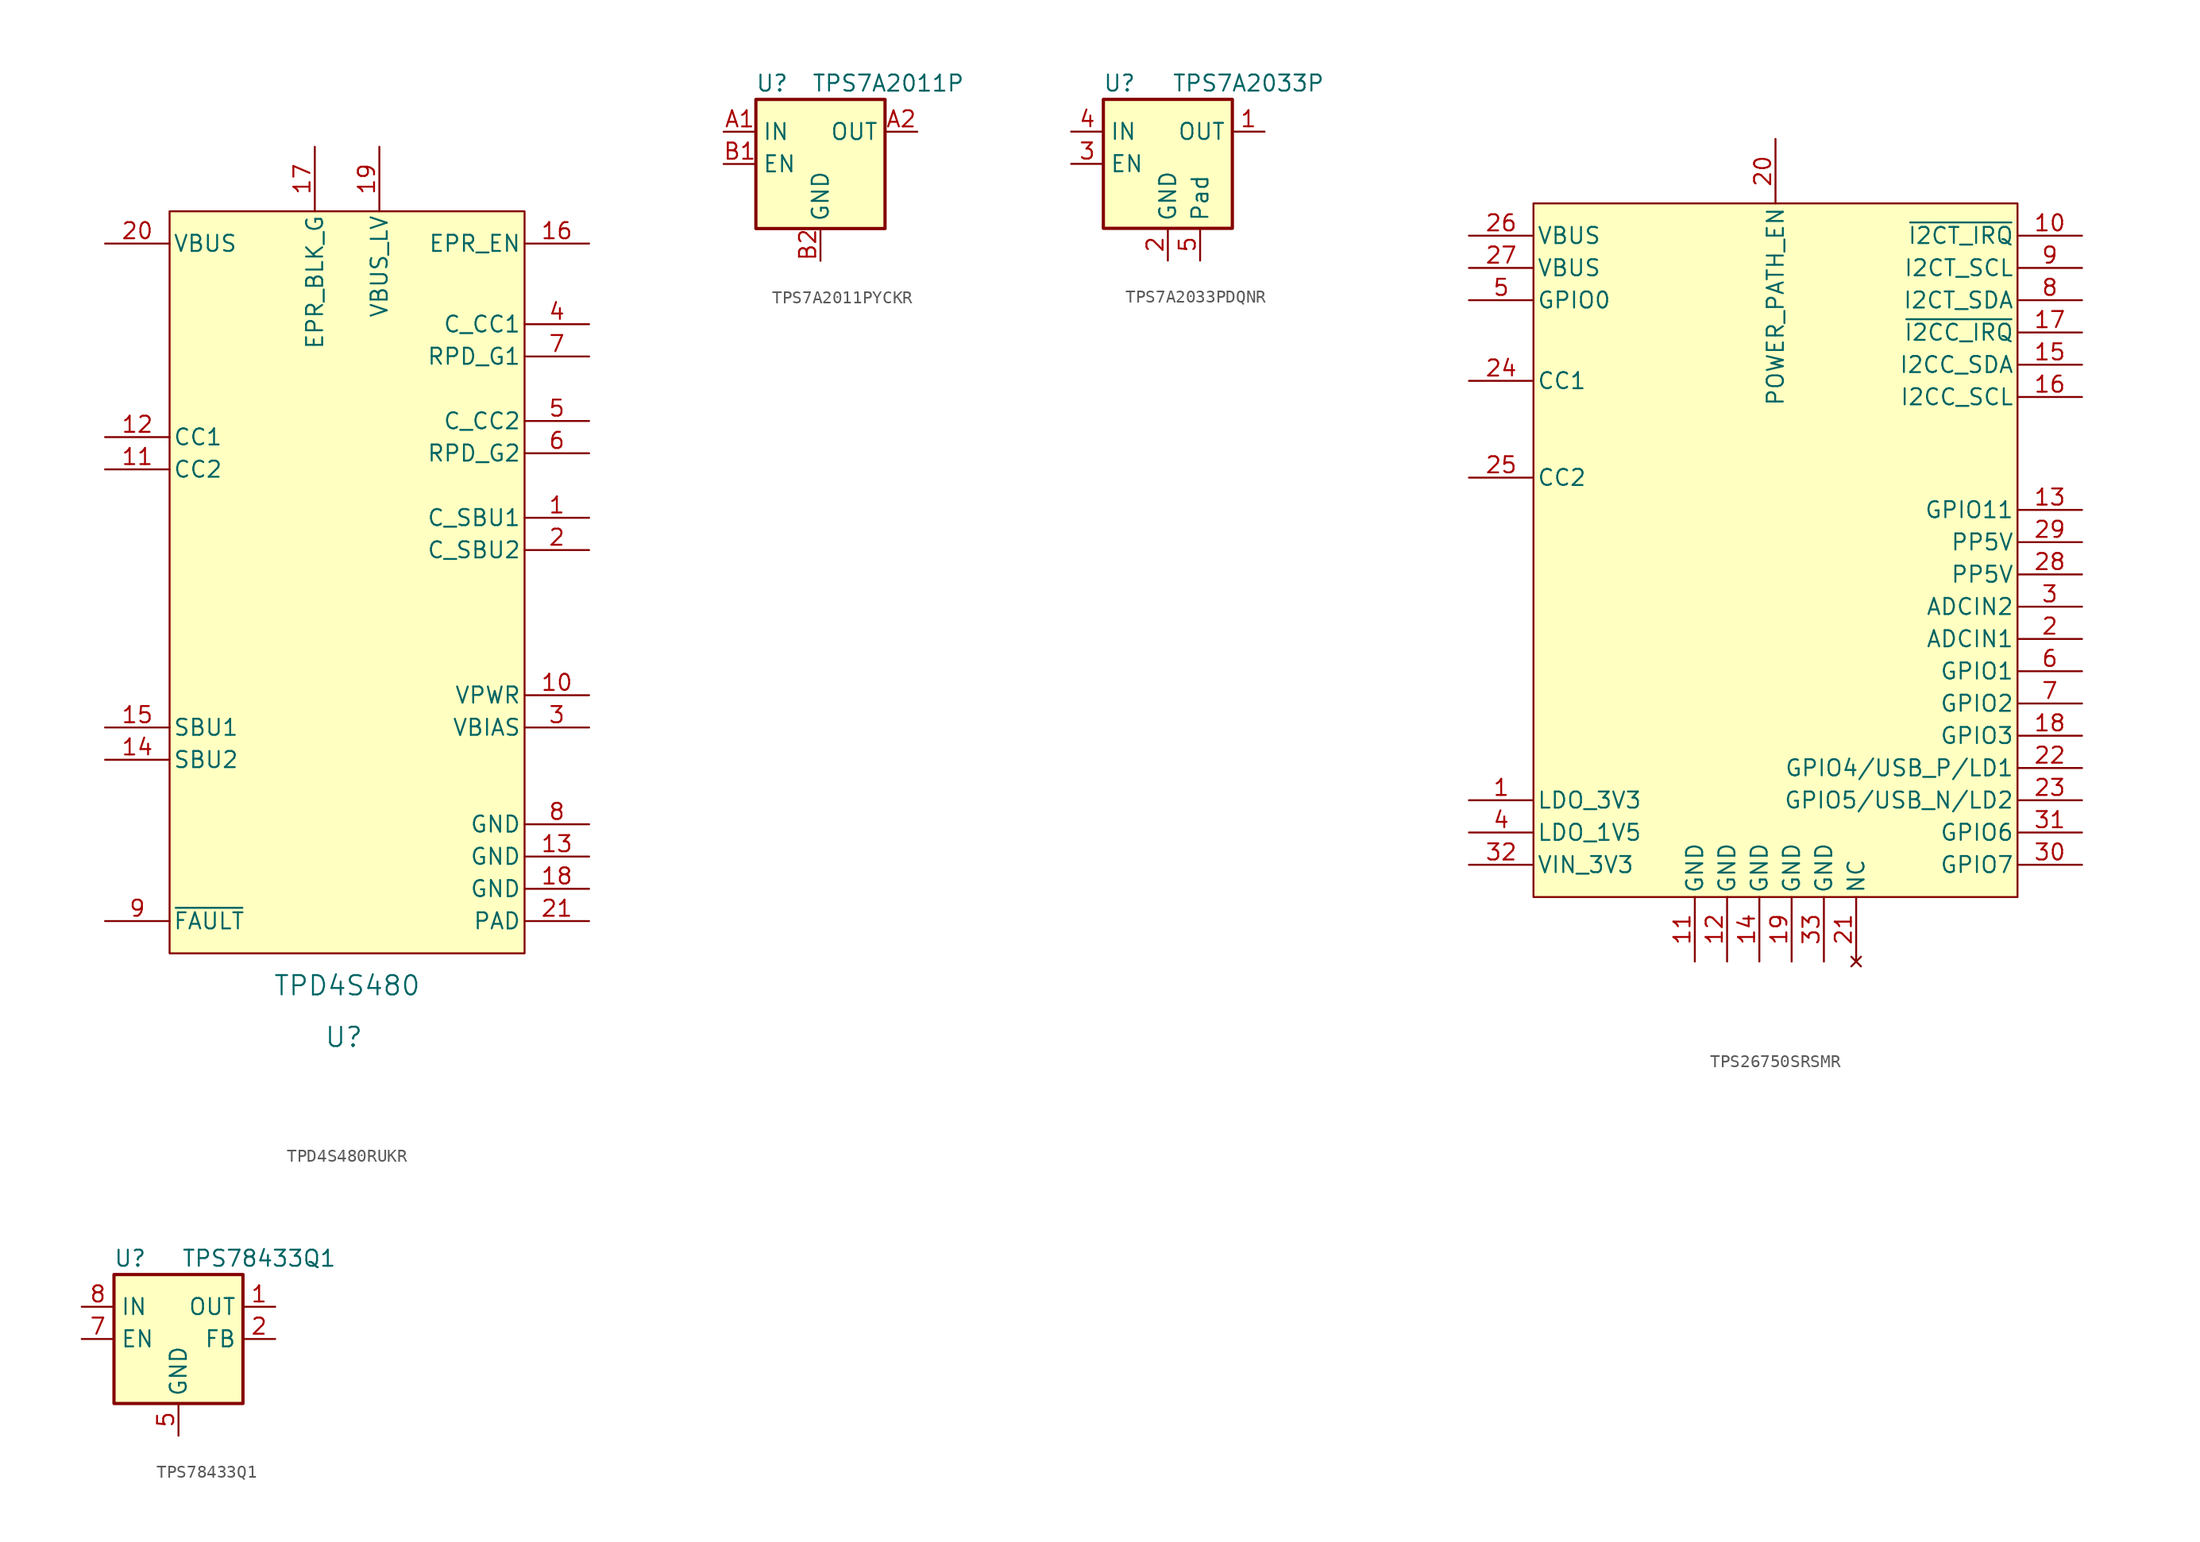
<source format=kicad_sym>
(kicad_symbol_lib
  (version 20241209)
  (generator "kicad_symbol_editor")
  (generator_version "9.0")
  (symbol "TPD4S480RUKR"
    (pin_names
      (offset 0.254))
    (property "Reference" "U"
      (at -0.254 -35.814 0)
      (effects (font (size 1.524 1.524))))
    (property "Value" "TPD4S480"
      (at 0 -31.75 0)
      (effects (font (size 1.524 1.524))))
    (symbol "TPD4S480RUKR_0_1"
      (rectangle (start -13.97 29.21) (end 13.97 -29.21) (stroke (width 0) (type default)) (fill (type background)))
      (pin bidirectional line (at -19.05 11.43 0) (length 5.08) (name "CC1" (effects (font (size 1.27 1.27)))) (number "12" (effects (font (size 1.27 1.27)))))
      (pin bidirectional line (at -19.05 8.89 0) (length 5.08) (name "CC2" (effects (font (size 1.27 1.27)))) (number "11" (effects (font (size 1.27 1.27)))))
      (pin bidirectional line (at -19.05 -11.43 0) (length 5.08) (name "SBU1" (effects (font (size 1.27 1.27)))) (number "15" (effects (font (size 1.27 1.27)))))
      (pin bidirectional line (at -19.05 -13.97 0) (length 5.08) (name "SBU2" (effects (font (size 1.27 1.27)))) (number "14" (effects (font (size 1.27 1.27)))))
      (pin bidirectional line (at 19.05 20.32 180) (length 5.08) (name "C_CC1" (effects (font (size 1.27 1.27)))) (number "4" (effects (font (size 1.27 1.27)))))
      (pin bidirectional line (at 19.05 17.78 180) (length 5.08) (name "RPD_G1" (effects (font (size 1.27 1.27)))) (number "7" (effects (font (size 1.27 1.27)))))
      (pin bidirectional line (at 19.05 12.7 180) (length 5.08) (name "C_CC2" (effects (font (size 1.27 1.27)))) (number "5" (effects (font (size 1.27 1.27)))))
      (pin bidirectional line (at 19.05 10.16 180) (length 5.08) (name "RPD_G2" (effects (font (size 1.27 1.27)))) (number "6" (effects (font (size 1.27 1.27)))))
      (pin bidirectional line (at 19.05 5.08 180) (length 5.08) (name "C_SBU1" (effects (font (size 1.27 1.27)))) (number "1" (effects (font (size 1.27 1.27)))))
      (pin bidirectional line (at 19.05 2.54 180) (length 5.08) (name "C_SBU2" (effects (font (size 1.27 1.27)))) (number "2" (effects (font (size 1.27 1.27)))))
      (pin power_in line (at 19.05 -8.89 180) (length 5.08) (name "VPWR" (effects (font (size 1.27 1.27)))) (number "10" (effects (font (size 1.27 1.27)))))
      (pin power_in line (at 19.05 -11.43 180) (length 5.08) (name "VBIAS" (effects (font (size 1.27 1.27)))) (number "3" (effects (font (size 1.27 1.27)))))
      (pin power_in line (at 19.05 -19.05 180) (length 5.08) (name "GND" (effects (font (size 1.27 1.27)))) (number "8" (effects (font (size 1.27 1.27)))))
      (pin power_in line (at 19.05 -21.59 180) (length 5.08) (name "GND" (effects (font (size 1.27 1.27)))) (number "13" (effects (font (size 1.27 1.27)))))
      (pin power_in line (at 19.05 -24.13 180) (length 5.08) (name "GND" (effects (font (size 1.27 1.27)))) (number "18" (effects (font (size 1.27 1.27))))))
    (symbol "TPD4S480RUKR_1_1"
      (pin power_in line (at -19.05 26.67 0) (length 5.08) (name "VBUS" (effects (font (size 1.27 1.27)))) (number "20" (effects (font (size 1.27 1.27)))))
      (pin open_collector line (at -19.05 -26.67 0) (length 5.08) (name "~{FAULT}" (effects (font (size 1.27 1.27)))) (number "9" (effects (font (size 1.27 1.27)))))
      (pin output line (at -2.54 34.29 270) (length 5.08) (name "EPR_BLK_G" (effects (font (size 1.27 1.27)))) (number "17" (effects (font (size 1.27 1.27)))))
      (pin power_out line (at 2.54 34.29 270) (length 5.08) (name "VBUS_LV" (effects (font (size 1.27 1.27)))) (number "19" (effects (font (size 1.27 1.27)))))
      (pin output line (at 19.05 26.67 180) (length 5.08) (name "EPR_EN" (effects (font (size 1.27 1.27)))) (number "16" (effects (font (size 1.27 1.27)))))
      (pin passive line (at 19.05 -26.67 180) (length 5.08) (name "PAD" (effects (font (size 1.27 1.27)))) (number "21" (effects (font (size 1.27 1.27)))))))
  (symbol "TPS7A2011PYCKR"
    (property "Reference" "U"
      (at -3.81 6.35 0)
      (effects (font (size 1.27 1.27))))
    (property "Value" "TPS7A2011P"
      (at 5.334 6.35 0)
      (effects (font (size 1.27 1.27))))
    (symbol "TPS7A2011PYCKR_0_1"
      (rectangle (start -5.08 5.08) (end 5.08 -5.08) (stroke (width 0.254) (type default)) (fill (type background))))
    (symbol "TPS7A2011PYCKR_1_1"
      (pin power_in line (at -7.62 2.54 0) (length 2.54) (name "IN" (effects (font (size 1.27 1.27)))) (number "A1" (effects (font (size 1.27 1.27)))))
      (pin input line (at -7.62 0 0) (length 2.54) (name "EN" (effects (font (size 1.27 1.27)))) (number "B1" (effects (font (size 1.27 1.27)))))
      (pin power_in line (at 0 -7.62 90) (length 2.54) (name "GND" (effects (font (size 1.27 1.27)))) (number "B2" (effects (font (size 1.27 1.27)))))
      (pin power_out line (at 7.62 2.54 180) (length 2.54) (name "OUT" (effects (font (size 1.27 1.27)))) (number "A2" (effects (font (size 1.27 1.27)))))))
  (symbol "TPS7A2033PDQNR"
    (property "Reference" "U"
      (at -3.81 6.35 0)
      (effects (font (size 1.27 1.27))))
    (property "Value" "TPS7A2033P"
      (at 6.35 6.35 0)
      (effects (font (size 1.27 1.27))))
    (symbol "TPS7A2033PDQNR_0_1"
      (rectangle (start -5.08 5.08) (end 5.08 -5.08) (stroke (width 0.254) (type default)) (fill (type background)))
      (pin power_in line (at -7.62 2.54 0) (length 2.54) (name "IN" (effects (font (size 1.27 1.27)))) (number "4" (effects (font (size 1.27 1.27)))))
      (pin input line (at -7.62 0 0) (length 2.54) (name "EN" (effects (font (size 1.27 1.27)))) (number "3" (effects (font (size 1.27 1.27)))))
      (pin power_in line (at 0 -7.62 90) (length 2.54) (name "GND" (effects (font (size 1.27 1.27)))) (number "2" (effects (font (size 1.27 1.27)))))
      (pin power_out line (at 7.62 2.54 180) (length 2.54) (name "OUT" (effects (font (size 1.27 1.27)))) (number "1" (effects (font (size 1.27 1.27))))))
    (symbol "TPS7A2033PDQNR_1_1"
      (pin passive line (at 2.54 -7.62 90) (length 2.54) (name "Pad" (effects (font (size 1.27 1.27)))) (number "5" (effects (font (size 1.27 1.27)))))))
  (symbol "TPS26750SRSMR"
    (pin_names
      (offset 0.254))
    (property "Reference" "U"
      (at 19.05 36.83 0)
      (effects (font (size 1.524 1.524)) (hide yes)))
    (symbol "TPS26750SRSMR_1_1"
      (rectangle (start -19.05 29.21) (end 19.05 -25.4) (stroke (width 0) (type default)) (fill (type background)))
      (pin bidirectional line (at -24.13 26.67 0) (length 5.08) (name "VBUS" (effects (font (size 1.27 1.27)))) (number "26" (effects (font (size 1.27 1.27)))))
      (pin bidirectional line (at -24.13 24.13 0) (length 5.08) (name "VBUS" (effects (font (size 1.27 1.27)))) (number "27" (effects (font (size 1.27 1.27)))))
      (pin bidirectional line (at -24.13 21.59 0) (length 5.08) (name "GPIO0" (effects (font (size 1.27 1.27)))) (number "5" (effects (font (size 1.27 1.27)))))
      (pin bidirectional line (at -24.13 15.24 0) (length 5.08) (name "CC1" (effects (font (size 1.27 1.27)))) (number "24" (effects (font (size 1.27 1.27)))))
      (pin bidirectional line (at -24.13 7.62 0) (length 5.08) (name "CC2" (effects (font (size 1.27 1.27)))) (number "25" (effects (font (size 1.27 1.27)))))
      (pin output line (at -24.13 -17.78 0) (length 5.08) (name "LDO_3V3" (effects (font (size 1.27 1.27)))) (number "1" (effects (font (size 1.27 1.27)))))
      (pin output line (at -24.13 -20.32 0) (length 5.08) (name "LDO_1V5" (effects (font (size 1.27 1.27)))) (number "4" (effects (font (size 1.27 1.27)))))
      (pin input line (at -24.13 -22.86 0) (length 5.08) (name "VIN_3V3" (effects (font (size 1.27 1.27)))) (number "32" (effects (font (size 1.27 1.27)))))
      (pin power_out line (at -6.35 -30.48 90) (length 5.08) (name "GND" (effects (font (size 1.27 1.27)))) (number "11" (effects (font (size 1.27 1.27)))))
      (pin power_out line (at -3.81 -30.48 90) (length 5.08) (name "GND" (effects (font (size 1.27 1.27)))) (number "12" (effects (font (size 1.27 1.27)))))
      (pin power_out line (at -1.27 -30.48 90) (length 5.08) (name "GND" (effects (font (size 1.27 1.27)))) (number "14" (effects (font (size 1.27 1.27)))))
      (pin output line (at 0 34.29 270) (length 5.08) (name "POWER_PATH_EN" (effects (font (size 1.27 1.27)))) (number "20" (effects (font (size 1.27 1.27)))))
      (pin power_out line (at 1.27 -30.48 90) (length 5.08) (name "GND" (effects (font (size 1.27 1.27)))) (number "19" (effects (font (size 1.27 1.27)))))
      (pin power_out line (at 3.81 -30.48 90) (length 5.08) (name "GND" (effects (font (size 1.27 1.27)))) (number "33" (effects (font (size 1.27 1.27)))))
      (pin no_connect line (at 6.35 -30.48 90) (length 5.08) (name "NC" (effects (font (size 1.27 1.27)))) (number "21" (effects (font (size 1.27 1.27)))))
      (pin open_collector line (at 24.13 26.67 180) (length 5.08) (name "~{I2CT_IRQ}" (effects (font (size 1.27 1.27)))) (number "10" (effects (font (size 1.27 1.27)))))
      (pin input line (at 24.13 24.13 180) (length 5.08) (name "I2CT_SCL" (effects (font (size 1.27 1.27)))) (number "9" (effects (font (size 1.27 1.27)))))
      (pin bidirectional line (at 24.13 21.59 180) (length 5.08) (name "I2CT_SDA" (effects (font (size 1.27 1.27)))) (number "8" (effects (font (size 1.27 1.27)))))
      (pin open_collector line (at 24.13 19.05 180) (length 5.08) (name "~{I2CC_IRQ}" (effects (font (size 1.27 1.27)))) (number "17" (effects (font (size 1.27 1.27)))))
      (pin bidirectional line (at 24.13 16.51 180) (length 5.08) (name "I2CC_SDA" (effects (font (size 1.27 1.27)))) (number "15" (effects (font (size 1.27 1.27)))))
      (pin output line (at 24.13 13.97 180) (length 5.08) (name "I2CC_SCL" (effects (font (size 1.27 1.27)))) (number "16" (effects (font (size 1.27 1.27)))))
      (pin output line (at 24.13 5.08 180) (length 5.08) (name "GPIO11" (effects (font (size 1.27 1.27)))) (number "13" (effects (font (size 1.27 1.27)))))
      (pin input line (at 24.13 2.54 180) (length 5.08) (name "PP5V" (effects (font (size 1.27 1.27)))) (number "29" (effects (font (size 1.27 1.27)))))
      (pin input line (at 24.13 0 180) (length 5.08) (name "PP5V" (effects (font (size 1.27 1.27)))) (number "28" (effects (font (size 1.27 1.27)))))
      (pin input line (at 24.13 -2.54 180) (length 5.08) (name "ADCIN2" (effects (font (size 1.27 1.27)))) (number "3" (effects (font (size 1.27 1.27)))))
      (pin input line (at 24.13 -5.08 180) (length 5.08) (name "ADCIN1" (effects (font (size 1.27 1.27)))) (number "2" (effects (font (size 1.27 1.27)))))
      (pin bidirectional line (at 24.13 -7.62 180) (length 5.08) (name "GPIO1" (effects (font (size 1.27 1.27)))) (number "6" (effects (font (size 1.27 1.27)))))
      (pin bidirectional line (at 24.13 -10.16 180) (length 5.08) (name "GPIO2" (effects (font (size 1.27 1.27)))) (number "7" (effects (font (size 1.27 1.27)))))
      (pin bidirectional line (at 24.13 -12.7 180) (length 5.08) (name "GPIO3" (effects (font (size 1.27 1.27)))) (number "18" (effects (font (size 1.27 1.27)))))
      (pin bidirectional line (at 24.13 -15.24 180) (length 5.08) (name "GPIO4/USB_P/LD1" (effects (font (size 1.27 1.27)))) (number "22" (effects (font (size 1.27 1.27)))))
      (pin bidirectional line (at 24.13 -17.78 180) (length 5.08) (name "GPIO5/USB_N/LD2" (effects (font (size 1.27 1.27)))) (number "23" (effects (font (size 1.27 1.27)))))
      (pin bidirectional line (at 24.13 -20.32 180) (length 5.08) (name "GPIO6" (effects (font (size 1.27 1.27)))) (number "31" (effects (font (size 1.27 1.27)))))
      (pin bidirectional line (at 24.13 -22.86 180) (length 5.08) (name "GPIO7" (effects (font (size 1.27 1.27)))) (number "30" (effects (font (size 1.27 1.27)))))))
  (symbol "TPS78433Q1"
    (property "Reference" "U"
      (at -3.81 6.35 0)
      (effects (font (size 1.27 1.27))))
    (property "Value" "TPS78433Q1"
      (at 6.35 6.35 0)
      (effects (font (size 1.27 1.27))))
    (symbol "TPS78433Q1_0_1"
      (rectangle (start -5.08 -5.08) (end 5.08 5.08) (stroke (width 0.254) (type default)) (fill (type background))))
    (symbol "TPS78433Q1_1_1"
      (pin power_in line (at -7.62 2.54 0) (length 2.54) (name "IN" (effects (font (size 1.27 1.27)))) (number "8" (effects (font (size 1.27 1.27)))))
      (pin input line (at -7.62 0 0) (length 2.54) (hide yes) (name "EN" (effects (font (size 1.27 1.27)))) (number "6" (effects (font (size 1.27 1.27)))))
      (pin input line (at -7.62 0 0) (length 2.54) (name "EN" (effects (font (size 1.27 1.27)))) (number "7" (effects (font (size 1.27 1.27)))))
      (pin power_in line (at 0 -7.62 90) (length 2.54) (name "GND" (effects (font (size 1.27 1.27)))) (number "5" (effects (font (size 1.27 1.27)))))
      (pin power_out line (at 7.62 2.54 180) (length 2.54) (name "OUT" (effects (font (size 1.27 1.27)))) (number "1" (effects (font (size 1.27 1.27)))))
      (pin power_out line (at 7.62 0 180) (length 2.54) (name "FB" (effects (font (size 1.27 1.27)))) (number "2" (effects (font (size 1.27 1.27)))))
      (pin no_connect line (at 7.62 -2.54 180) (length 2.54) (hide yes) (name "NC" (effects (font (size 1.27 1.27)))) (number "3" (effects (font (size 1.27 1.27)))))
      (pin no_connect line (at 7.62 -3.81 180) (length 2.54) (hide yes) (name "NC" (effects (font (size 1.27 1.27)))) (number "4" (effects (font (size 1.27 1.27))))))))
</source>
